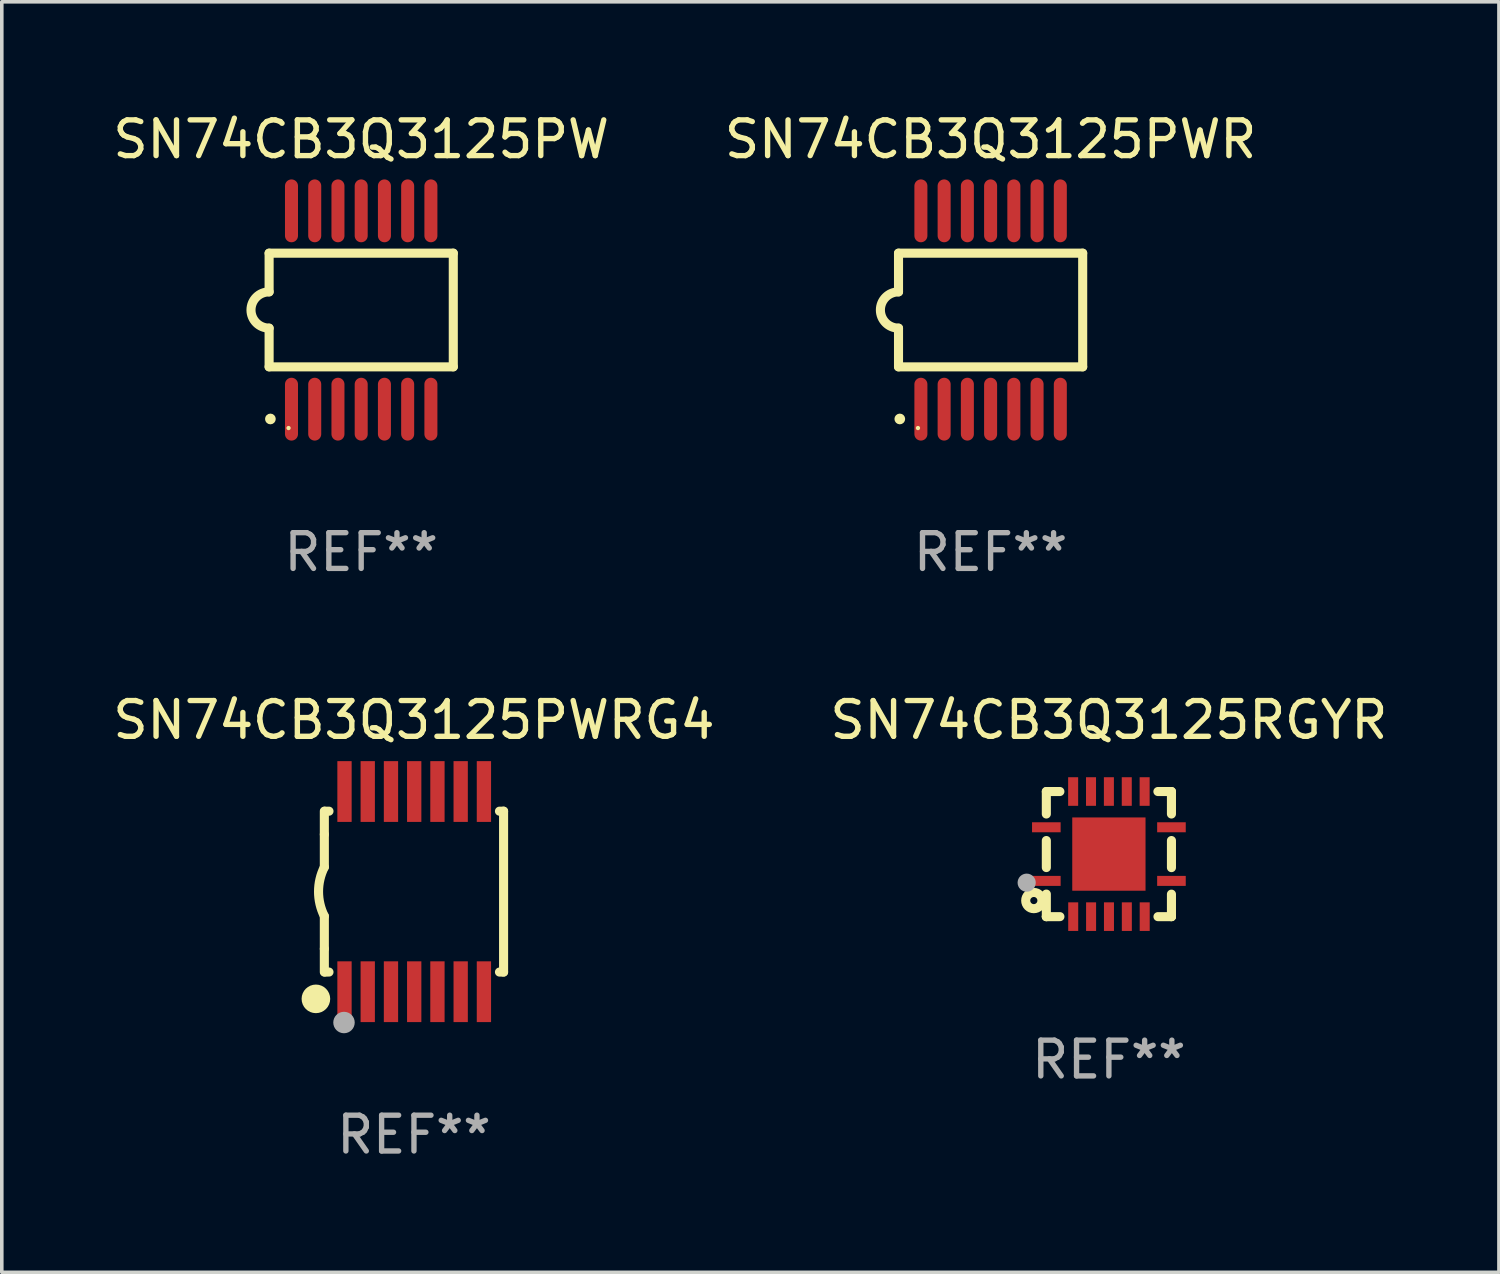
<source format=kicad_pcb>
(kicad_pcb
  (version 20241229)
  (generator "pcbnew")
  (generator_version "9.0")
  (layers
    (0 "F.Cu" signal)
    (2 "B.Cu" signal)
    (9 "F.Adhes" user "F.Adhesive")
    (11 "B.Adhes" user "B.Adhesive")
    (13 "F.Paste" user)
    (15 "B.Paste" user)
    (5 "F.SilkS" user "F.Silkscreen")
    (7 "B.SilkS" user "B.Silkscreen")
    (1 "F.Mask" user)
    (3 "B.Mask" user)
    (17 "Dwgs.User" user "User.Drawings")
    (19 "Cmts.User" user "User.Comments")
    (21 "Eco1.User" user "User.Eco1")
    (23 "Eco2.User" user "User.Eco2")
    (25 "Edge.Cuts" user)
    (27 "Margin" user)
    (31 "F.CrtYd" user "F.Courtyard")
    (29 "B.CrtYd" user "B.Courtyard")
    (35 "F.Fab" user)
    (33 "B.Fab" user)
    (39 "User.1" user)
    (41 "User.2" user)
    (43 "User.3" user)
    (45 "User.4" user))
  (footprint "SN74CB3Q3125PW"
    (layer "F.Cu")
    (at 7.054 5.622)
    (property "Reference" "SN74CB3Q3125PW" (at 0 -4.774 0) (layer "F.SilkS") (effects (font (size 1 1) (thickness 0.15))))
    (attr through_hole)
    (fp_line (start -2.576 -1.59) (end -2.576 -0.508) (stroke (width 0.254) (type solid)) (layer "F.SilkS"))
    (fp_line (start -2.576 -1.59) (end 2.576 -1.59) (stroke (width 0.254) (type solid)) (layer "F.SilkS"))
    (fp_line (start -2.576 1.59) (end -2.576 0.508) (stroke (width 0.254) (type solid)) (layer "F.SilkS"))
    (fp_line (start 2.576 -1.59) (end 2.576 1.59) (stroke (width 0.254) (type solid)) (layer "F.SilkS"))
    (fp_line (start 2.576 1.59) (end -2.576 1.59) (stroke (width 0.254) (type solid)) (layer "F.SilkS"))
    (fp_arc (start -2.576099 0.506706) (mid -3.081511 0) (end -2.576098 -0.506706) (stroke (width 0.254001) (type solid)) (layer "F.SilkS"))
    (fp_circle (center -2.54 3.048) (end -2.465 3.048) (stroke (width 0.15) (type solid)) (fill no) (layer "F.SilkS"))
    (fp_circle (center -2.032 3.302) (end -2.002 3.302) (stroke (width 0.06) (type solid)) (fill no) (layer "F.SilkS"))
    (fp_text user "REF**" (at 0 6.774 0) (layer "F.Fab") (effects (font (size 1 1) (thickness 0.15))))
    (pad "1" smd oval (at -1.95 2.774) (size 0.364 1.758) (layers "F.Cu" "F.Mask" "F.Paste"))
    (pad "2" smd oval (at -1.3 2.774) (size 0.364 1.758) (layers "F.Cu" "F.Mask" "F.Paste"))
    (pad "3" smd oval (at -0.65 2.774) (size 0.364 1.758) (layers "F.Cu" "F.Mask" "F.Paste"))
    (pad "4" smd oval (at 0 2.774) (size 0.364 1.758) (layers "F.Cu" "F.Mask" "F.Paste"))
    (pad "5" smd oval (at 0.65 2.774) (size 0.364 1.758) (layers "F.Cu" "F.Mask" "F.Paste"))
    (pad "6" smd oval (at 1.3 2.774) (size 0.364 1.758) (layers "F.Cu" "F.Mask" "F.Paste"))
    (pad "7" smd oval (at 1.95 2.774) (size 0.364 1.758) (layers "F.Cu" "F.Mask" "F.Paste"))
    (pad "8" smd oval (at 1.95 -2.774) (size 0.364 1.758) (layers "F.Cu" "F.Mask" "F.Paste"))
    (pad "9" smd oval (at 1.3 -2.774) (size 0.364 1.758) (layers "F.Cu" "F.Mask" "F.Paste"))
    (pad "10" smd oval (at 0.65 -2.774) (size 0.364 1.758) (layers "F.Cu" "F.Mask" "F.Paste"))
    (pad "11" smd oval (at 0 -2.774) (size 0.364 1.758) (layers "F.Cu" "F.Mask" "F.Paste"))
    (pad "12" smd oval (at -0.65 -2.774) (size 0.364 1.758) (layers "F.Cu" "F.Mask" "F.Paste"))
    (pad "13" smd oval (at -1.3 -2.774) (size 0.364 1.758) (layers "F.Cu" "F.Mask" "F.Paste"))
    (pad "14" smd oval (at -1.95 -2.774) (size 0.364 1.758) (layers "F.Cu" "F.Mask" "F.Paste")))
  (footprint "SN74CB3Q3125PWRG4"
    (layer "F.Cu")
    (at 8.53 21.892)
    (property "Reference" "SN74CB3Q3125PWRG4" (at 0 -4.8 0) (layer "F.SilkS") (effects (font (size 1 1) (thickness 0.15))))
    (attr through_hole)
    (fp_line (start -2.507 -1.6) (end -2.507 -2.25) (stroke (width 0.254) (type solid)) (layer "F.SilkS"))
    (fp_line (start -2.507 -0.686) (end -2.507 -1.6) (stroke (width 0.254) (type solid)) (layer "F.SilkS"))
    (fp_line (start -2.507 1.6) (end -2.507 0.686) (stroke (width 0.254) (type solid)) (layer "F.SilkS"))
    (fp_line (start -2.507 1.6) (end -2.507 2.25) (stroke (width 0.254) (type solid)) (layer "F.SilkS"))
    (fp_line (start -2.493 -2.25) (end -2.377 -2.25) (stroke (width 0.254) (type solid)) (layer "F.SilkS"))
    (fp_line (start -2.377 2.25) (end -2.493 2.25) (stroke (width 0.254) (type solid)) (layer "F.SilkS"))
    (fp_line (start 2.392 -2.25) (end 2.507 -2.25) (stroke (width 0.254) (type solid)) (layer "F.SilkS"))
    (fp_line (start 2.507 -2.25) (end 2.507 2.25) (stroke (width 0.254) (type solid)) (layer "F.SilkS"))
    (fp_line (start 2.507 2.25) (end 2.392 2.25) (stroke (width 0.254) (type solid)) (layer "F.SilkS"))
    (fp_arc (start -2.507303 0.685802) (mid -2.669199 0) (end -2.507303 -0.685801) (stroke (width 0.254001) (type solid)) (layer "F.SilkS"))
    (fp_circle (center -2.743 3) (end -2.543 3) (stroke (width 0.4) (type solid)) (fill no) (layer "F.SilkS"))
    (fp_circle (center -2.493 3.2) (end -2.463 3.2) (stroke (width 0.06) (type solid)) (fill no) (layer "F.SilkS"))
    (fp_circle (center -1.957 3.662) (end -1.807 3.662) (stroke (width 0.3) (type solid)) (fill no) (layer "F.Fab"))
    (fp_text user "REF**" (at 0 6.8 0) (layer "F.Fab") (effects (font (size 1 1) (thickness 0.15))))
    (pad "1" smd rect (at -1.943 2.8) (size 0.4 1.7) (layers "F.Cu" "F.Mask" "F.Paste"))
    (pad "2" smd rect (at -1.293 2.8) (size 0.4 1.7) (layers "F.Cu" "F.Mask" "F.Paste"))
    (pad "3" smd rect (at -0.643 2.8) (size 0.4 1.7) (layers "F.Cu" "F.Mask" "F.Paste"))
    (pad "4" smd rect (at 0.007 2.8) (size 0.4 1.7) (layers "F.Cu" "F.Mask" "F.Paste"))
    (pad "5" smd rect (at 0.657 2.8) (size 0.4 1.7) (layers "F.Cu" "F.Mask" "F.Paste"))
    (pad "6" smd rect (at 1.307 2.8) (size 0.4 1.7) (layers "F.Cu" "F.Mask" "F.Paste"))
    (pad "7" smd rect (at 1.957 2.8) (size 0.4 1.7) (layers "F.Cu" "F.Mask" "F.Paste"))
    (pad "8" smd rect (at 1.957 -2.8) (size 0.4 1.7) (layers "F.Cu" "F.Mask" "F.Paste"))
    (pad "9" smd rect (at 1.307 -2.8) (size 0.4 1.7) (layers "F.Cu" "F.Mask" "F.Paste"))
    (pad "10" smd rect (at 0.657 -2.8) (size 0.4 1.7) (layers "F.Cu" "F.Mask" "F.Paste"))
    (pad "11" smd rect (at 0.007 -2.8) (size 0.4 1.7) (layers "F.Cu" "F.Mask" "F.Paste"))
    (pad "12" smd rect (at -0.643 -2.8) (size 0.4 1.7) (layers "F.Cu" "F.Mask" "F.Paste"))
    (pad "13" smd rect (at -1.293 -2.8) (size 0.4 1.7) (layers "F.Cu" "F.Mask" "F.Paste"))
    (pad "14" smd rect (at -1.943 -2.8) (size 0.4 1.7) (layers "F.Cu" "F.Mask" "F.Paste")))
  (footprint "SN74CB3Q3125RGYR"
    (layer "F.Cu")
    (at 27.97 20.842)
    (property "Reference" "SN74CB3Q3125RGYR" (at 0 -3.75 0) (layer "F.SilkS") (effects (font (size 1 1) (thickness 0.15))))
    (attr through_hole)
    (fp_line (start -1.75 1.75) (end -1.37 1.75) (stroke (width 0.254) (type solid)) (layer "F.SilkS"))
    (fp_line (start -1.75 -1.75) (end -1.75 -1.121) (stroke (width 0.254) (type solid)) (layer "F.SilkS"))
    (fp_line (start -1.75 -0.379) (end -1.75 0.377) (stroke (width 0.254) (type solid)) (layer "F.SilkS"))
    (fp_line (start -1.75 1.119) (end -1.75 1.75) (stroke (width 0.254) (type solid)) (layer "F.SilkS"))
    (fp_line (start -1.75 1.75) (end -1.75 1.75) (stroke (width 0.254) (type solid)) (layer "F.SilkS"))
    (fp_line (start -1.371 -1.75) (end -1.75 -1.75) (stroke (width 0.254) (type solid)) (layer "F.SilkS"))
    (fp_line (start 1.373 1.75) (end 1.75 1.75) (stroke (width 0.254) (type solid)) (layer "F.SilkS"))
    (fp_line (start 1.75 1.75) (end 1.75 1.75) (stroke (width 0.254) (type solid)) (layer "F.SilkS"))
    (fp_line (start 1.75 -1.75) (end 1.371 -1.75) (stroke (width 0.254) (type solid)) (layer "F.SilkS"))
    (fp_line (start 1.75 -1.121) (end 1.75 -1.75) (stroke (width 0.254) (type solid)) (layer "F.SilkS"))
    (fp_line (start 1.75 0.379) (end 1.75 -0.379) (stroke (width 0.254) (type solid)) (layer "F.SilkS"))
    (fp_line (start 1.75 1.75) (end 1.75 1.121) (stroke (width 0.254) (type solid)) (layer "F.SilkS"))
    (fp_circle (center -2.1 1.3) (end -2 1.3) (stroke (width 0.254) (type solid)) (fill no) (layer "F.SilkS"))
    (fp_circle (center -1.747 1.751) (end -1.717 1.751) (stroke (width 0.06) (type solid)) (fill no) (layer "F.SilkS"))
    (fp_circle (center -2.3 0.8) (end -2.173 0.8) (stroke (width 0.254) (type solid)) (fill no) (layer "F.Fab"))
    (fp_text user "REF**" (at 0 5.75 0) (layer "F.Fab") (effects (font (size 1 1) (thickness 0.15))))
    (pad "1" smd rect (at -1.75 0.75 270) (size 0.28 0.8) (layers "F.Cu" "F.Mask" "F.Paste"))
    (pad "2" smd rect (at -0.998 1.75 180) (size 0.28 0.8) (layers "F.Cu" "F.Mask" "F.Paste"))
    (pad "3" smd rect (at -0.498 1.75 180) (size 0.28 0.8) (layers "F.Cu" "F.Mask" "F.Paste"))
    (pad "4" smd rect (at 0.002 1.75 180) (size 0.28 0.8) (layers "F.Cu" "F.Mask" "F.Paste"))
    (pad "5" smd rect (at 0.502 1.75 180) (size 0.28 0.8) (layers "F.Cu" "F.Mask" "F.Paste"))
    (pad "6" smd rect (at 1.002 1.75 180) (size 0.28 0.8) (layers "F.Cu" "F.Mask" "F.Paste"))
    (pad "7" smd rect (at 1.75 0.75 270) (size 0.28 0.8) (layers "F.Cu" "F.Mask" "F.Paste"))
    (pad "8" smd rect (at 1.75 -0.75 270) (size 0.28 0.8) (layers "F.Cu" "F.Mask" "F.Paste"))
    (pad "9" smd rect (at 1 -1.75) (size 0.28 0.8) (layers "F.Cu" "F.Mask" "F.Paste"))
    (pad "10" smd rect (at 0.5 -1.75) (size 0.28 0.8) (layers "F.Cu" "F.Mask" "F.Paste"))
    (pad "11" smd rect (at 0 -1.75) (size 0.28 0.8) (layers "F.Cu" "F.Mask" "F.Paste"))
    (pad "12" smd rect (at -0.5 -1.75) (size 0.28 0.8) (layers "F.Cu" "F.Mask" "F.Paste"))
    (pad "13" smd rect (at -1 -1.75) (size 0.28 0.8) (layers "F.Cu" "F.Mask" "F.Paste"))
    (pad "14" smd rect (at -1.75 -0.75 90) (size 0.28 0.8) (layers "F.Cu" "F.Mask" "F.Paste"))
    (pad "15" smd rect (at 0 0 180) (size 2.05 2.05) (layers "F.Cu" "F.Mask" "F.Paste")))
  (footprint "SN74CB3Q3125PWR"
    (layer "F.Cu")
    (at 24.661 5.622)
    (property "Reference" "SN74CB3Q3125PWR" (at 0 -4.774 0) (layer "F.SilkS") (effects (font (size 1 1) (thickness 0.15))))
    (attr through_hole)
    (fp_line (start -2.576 -1.59) (end -2.576 -0.508) (stroke (width 0.254) (type solid)) (layer "F.SilkS"))
    (fp_line (start -2.576 -1.59) (end 2.576 -1.59) (stroke (width 0.254) (type solid)) (layer "F.SilkS"))
    (fp_line (start -2.576 1.59) (end -2.576 0.508) (stroke (width 0.254) (type solid)) (layer "F.SilkS"))
    (fp_line (start 2.576 -1.59) (end 2.576 1.59) (stroke (width 0.254) (type solid)) (layer "F.SilkS"))
    (fp_line (start 2.576 1.59) (end -2.576 1.59) (stroke (width 0.254) (type solid)) (layer "F.SilkS"))
    (fp_arc (start -2.576099 0.506706) (mid -3.081511 0) (end -2.576098 -0.506706) (stroke (width 0.254001) (type solid)) (layer "F.SilkS"))
    (fp_circle (center -2.54 3.048) (end -2.465 3.048) (stroke (width 0.15) (type solid)) (fill no) (layer "F.SilkS"))
    (fp_circle (center -2.032 3.302) (end -2.002 3.302) (stroke (width 0.06) (type solid)) (fill no) (layer "F.SilkS"))
    (fp_text user "REF**" (at 0 6.774 0) (layer "F.Fab") (effects (font (size 1 1) (thickness 0.15))))
    (pad "1" smd oval (at -1.95 2.774) (size 0.364 1.758) (layers "F.Cu" "F.Mask" "F.Paste"))
    (pad "2" smd oval (at -1.3 2.774) (size 0.364 1.758) (layers "F.Cu" "F.Mask" "F.Paste"))
    (pad "3" smd oval (at -0.65 2.774) (size 0.364 1.758) (layers "F.Cu" "F.Mask" "F.Paste"))
    (pad "4" smd oval (at 0 2.774) (size 0.364 1.758) (layers "F.Cu" "F.Mask" "F.Paste"))
    (pad "5" smd oval (at 0.65 2.774) (size 0.364 1.758) (layers "F.Cu" "F.Mask" "F.Paste"))
    (pad "6" smd oval (at 1.3 2.774) (size 0.364 1.758) (layers "F.Cu" "F.Mask" "F.Paste"))
    (pad "7" smd oval (at 1.95 2.774) (size 0.364 1.758) (layers "F.Cu" "F.Mask" "F.Paste"))
    (pad "8" smd oval (at 1.95 -2.774) (size 0.364 1.758) (layers "F.Cu" "F.Mask" "F.Paste"))
    (pad "9" smd oval (at 1.3 -2.774) (size 0.364 1.758) (layers "F.Cu" "F.Mask" "F.Paste"))
    (pad "10" smd oval (at 0.65 -2.774) (size 0.364 1.758) (layers "F.Cu" "F.Mask" "F.Paste"))
    (pad "11" smd oval (at 0 -2.774) (size 0.364 1.758) (layers "F.Cu" "F.Mask" "F.Paste"))
    (pad "12" smd oval (at -0.65 -2.774) (size 0.364 1.758) (layers "F.Cu" "F.Mask" "F.Paste"))
    (pad "13" smd oval (at -1.3 -2.774) (size 0.364 1.758) (layers "F.Cu" "F.Mask" "F.Paste"))
    (pad "14" smd oval (at -1.95 -2.774) (size 0.364 1.758) (layers "F.Cu" "F.Mask" "F.Paste")))
  (gr_rect
    (start -3 -3)
    (end 38.881 32.541)
    (stroke (width 0.1) (type default))
    (fill no)
    (layer "Edge.Cuts")))
</source>
